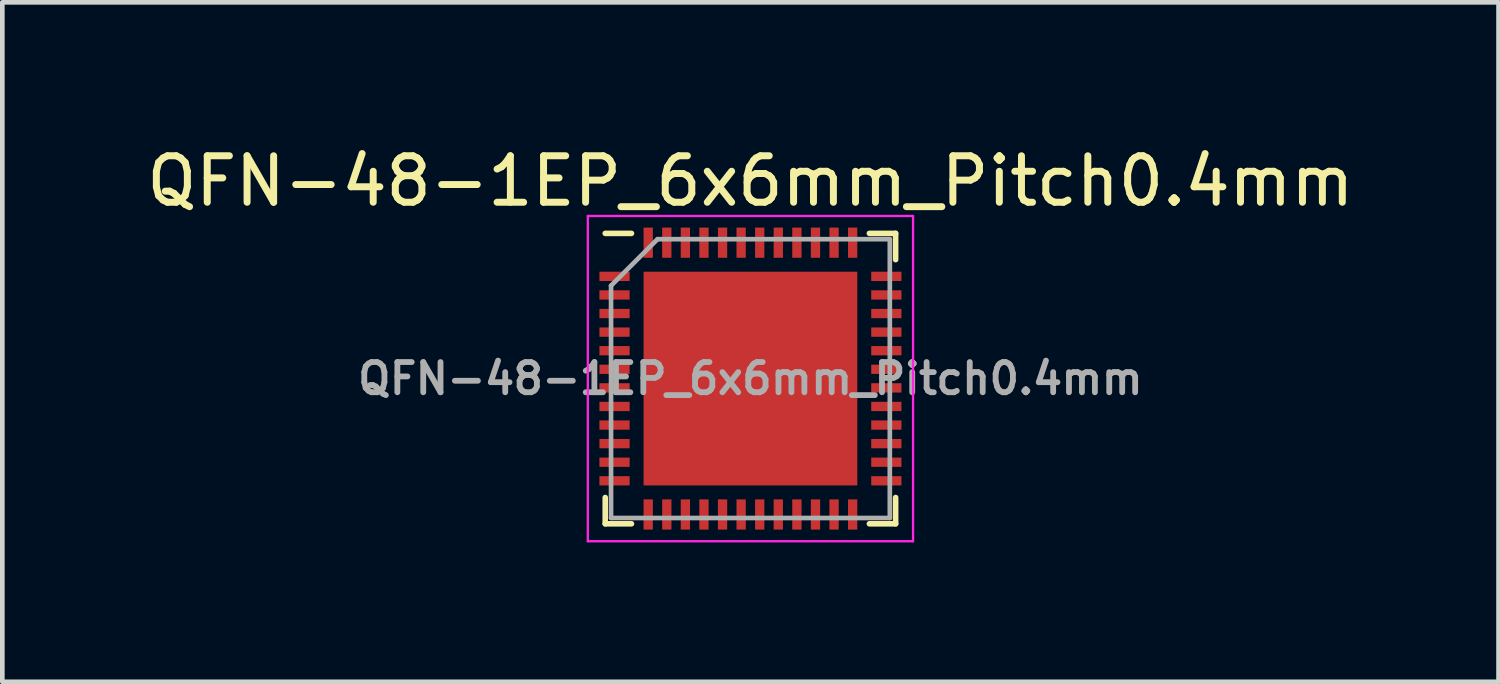
<source format=kicad_pcb>
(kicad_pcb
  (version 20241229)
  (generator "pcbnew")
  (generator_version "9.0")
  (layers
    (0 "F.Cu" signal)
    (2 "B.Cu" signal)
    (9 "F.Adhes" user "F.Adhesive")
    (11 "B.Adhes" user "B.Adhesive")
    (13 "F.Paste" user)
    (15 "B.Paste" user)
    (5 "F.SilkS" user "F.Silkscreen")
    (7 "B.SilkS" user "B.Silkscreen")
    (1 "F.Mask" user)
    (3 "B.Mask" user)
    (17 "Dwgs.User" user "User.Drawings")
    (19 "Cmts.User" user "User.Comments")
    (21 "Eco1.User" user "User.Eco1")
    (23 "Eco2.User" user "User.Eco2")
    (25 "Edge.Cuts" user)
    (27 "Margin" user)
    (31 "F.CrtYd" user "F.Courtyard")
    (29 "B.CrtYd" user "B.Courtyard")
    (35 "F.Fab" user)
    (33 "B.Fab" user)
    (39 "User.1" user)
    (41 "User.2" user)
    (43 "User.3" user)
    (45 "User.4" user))
  (footprint "QFN-48-1EP_6x6mm_Pitch0.4mm"
    (layer "F.Cu")
    (at 13.101 5.098)
    (property "Reference" "QFN-48-1EP_6x6mm_Pitch0.4mm" (at 0 -4.25 0) (layer "F.SilkS") (effects (font (size 1 1) (thickness 0.15))))
    (attr smd)
    (fp_line (start -3.125 -3.125) (end -2.56 -3.125) (stroke (width 0.12) (type solid)) (layer "F.SilkS"))
    (fp_line (start -3.125 3.125) (end -3.125 2.56) (stroke (width 0.12) (type solid)) (layer "F.SilkS"))
    (fp_line (start -2.56 3.125) (end -3.125 3.125) (stroke (width 0.12) (type solid)) (layer "F.SilkS"))
    (fp_line (start 2.56 -3.125) (end 3.125 -3.125) (stroke (width 0.12) (type solid)) (layer "F.SilkS"))
    (fp_line (start 2.56 3.125) (end 3.125 3.125) (stroke (width 0.12) (type solid)) (layer "F.SilkS"))
    (fp_line (start 3.125 -3.125) (end 3.125 -2.56) (stroke (width 0.12) (type solid)) (layer "F.SilkS"))
    (fp_line (start 3.125 3.125) (end 3.125 2.56) (stroke (width 0.12) (type solid)) (layer "F.SilkS"))
    (fp_line (start -3.5 -3.5) (end -3.5 3.5) (stroke (width 0.05) (type solid)) (layer "F.CrtYd"))
    (fp_line (start -3.5 3.5) (end 3.5 3.5) (stroke (width 0.05) (type solid)) (layer "F.CrtYd"))
    (fp_line (start 3.5 -3.5) (end -3.5 -3.5) (stroke (width 0.05) (type solid)) (layer "F.CrtYd"))
    (fp_line (start 3.5 3.5) (end 3.5 -3.5) (stroke (width 0.05) (type solid)) (layer "F.CrtYd"))
    (fp_line (start -3 -2) (end -2 -3) (stroke (width 0.1) (type solid)) (layer "F.Fab"))
    (fp_line (start -3 3) (end -3 -2) (stroke (width 0.1) (type solid)) (layer "F.Fab"))
    (fp_line (start -2 -3) (end 3 -3) (stroke (width 0.1) (type solid)) (layer "F.Fab"))
    (fp_line (start 3 -3) (end 3 3) (stroke (width 0.1) (type solid)) (layer "F.Fab"))
    (fp_line (start 3 3) (end -3 3) (stroke (width 0.1) (type solid)) (layer "F.Fab"))
    (fp_text user "${REFERENCE}" (at 0 0 0) (layer "F.Fab") (effects (font (size 0.65 0.65) (thickness 0.125))))
    (pad "1" smd rect (at -2.925 -2.2) (size 0.65 0.2) (layers "F.Cu" "F.Mask" "F.Paste"))
    (pad "2" smd rect (at -2.925 -1.8) (size 0.65 0.2) (layers "F.Cu" "F.Mask" "F.Paste"))
    (pad "3" smd rect (at -2.925 -1.4) (size 0.65 0.2) (layers "F.Cu" "F.Mask" "F.Paste"))
    (pad "4" smd rect (at -2.925 -1) (size 0.65 0.2) (layers "F.Cu" "F.Mask" "F.Paste"))
    (pad "5" smd rect (at -2.925 -0.6) (size 0.65 0.2) (layers "F.Cu" "F.Mask" "F.Paste"))
    (pad "6" smd rect (at -2.925 -0.2) (size 0.65 0.2) (layers "F.Cu" "F.Mask" "F.Paste"))
    (pad "7" smd rect (at -2.925 0.2) (size 0.65 0.2) (layers "F.Cu" "F.Mask" "F.Paste"))
    (pad "8" smd rect (at -2.925 0.6) (size 0.65 0.2) (layers "F.Cu" "F.Mask" "F.Paste"))
    (pad "9" smd rect (at -2.925 1) (size 0.65 0.2) (layers "F.Cu" "F.Mask" "F.Paste"))
    (pad "10" smd rect (at -2.925 1.4) (size 0.65 0.2) (layers "F.Cu" "F.Mask" "F.Paste"))
    (pad "11" smd rect (at -2.925 1.8) (size 0.65 0.2) (layers "F.Cu" "F.Mask" "F.Paste"))
    (pad "12" smd rect (at -2.925 2.2) (size 0.65 0.2) (layers "F.Cu" "F.Mask" "F.Paste"))
    (pad "13" smd rect (at -2.2 2.925 90) (size 0.65 0.2) (layers "F.Cu" "F.Mask" "F.Paste"))
    (pad "14" smd rect (at -1.8 2.925 90) (size 0.65 0.2) (layers "F.Cu" "F.Mask" "F.Paste"))
    (pad "15" smd rect (at -1.4 2.925 90) (size 0.65 0.2) (layers "F.Cu" "F.Mask" "F.Paste"))
    (pad "16" smd rect (at -1 2.925 90) (size 0.65 0.2) (layers "F.Cu" "F.Mask" "F.Paste"))
    (pad "17" smd rect (at -0.6 2.925 90) (size 0.65 0.2) (layers "F.Cu" "F.Mask" "F.Paste"))
    (pad "18" smd rect (at -0.2 2.925 90) (size 0.65 0.2) (layers "F.Cu" "F.Mask" "F.Paste"))
    (pad "19" smd rect (at 0.2 2.925 90) (size 0.65 0.2) (layers "F.Cu" "F.Mask" "F.Paste"))
    (pad "20" smd rect (at 0.6 2.925 90) (size 0.65 0.2) (layers "F.Cu" "F.Mask" "F.Paste"))
    (pad "21" smd rect (at 1 2.925 90) (size 0.65 0.2) (layers "F.Cu" "F.Mask" "F.Paste"))
    (pad "22" smd rect (at 1.4 2.925 90) (size 0.65 0.2) (layers "F.Cu" "F.Mask" "F.Paste"))
    (pad "23" smd rect (at 1.8 2.925 90) (size 0.65 0.2) (layers "F.Cu" "F.Mask" "F.Paste"))
    (pad "24" smd rect (at 2.2 2.925 90) (size 0.65 0.2) (layers "F.Cu" "F.Mask" "F.Paste"))
    (pad "25" smd rect (at 2.925 2.2) (size 0.65 0.2) (layers "F.Cu" "F.Mask" "F.Paste"))
    (pad "26" smd rect (at 2.925 1.8) (size 0.65 0.2) (layers "F.Cu" "F.Mask" "F.Paste"))
    (pad "27" smd rect (at 2.925 1.4) (size 0.65 0.2) (layers "F.Cu" "F.Mask" "F.Paste"))
    (pad "28" smd rect (at 2.925 1) (size 0.65 0.2) (layers "F.Cu" "F.Mask" "F.Paste"))
    (pad "29" smd rect (at 2.925 0.6) (size 0.65 0.2) (layers "F.Cu" "F.Mask" "F.Paste"))
    (pad "30" smd rect (at 2.925 0.2) (size 0.65 0.2) (layers "F.Cu" "F.Mask" "F.Paste"))
    (pad "31" smd rect (at 2.925 -0.2) (size 0.65 0.2) (layers "F.Cu" "F.Mask" "F.Paste"))
    (pad "32" smd rect (at 2.925 -0.6) (size 0.65 0.2) (layers "F.Cu" "F.Mask" "F.Paste"))
    (pad "33" smd rect (at 2.925 -1) (size 0.65 0.2) (layers "F.Cu" "F.Mask" "F.Paste"))
    (pad "34" smd rect (at 2.925 -1.4) (size 0.65 0.2) (layers "F.Cu" "F.Mask" "F.Paste"))
    (pad "35" smd rect (at 2.925 -1.8) (size 0.65 0.2) (layers "F.Cu" "F.Mask" "F.Paste"))
    (pad "36" smd rect (at 2.925 -2.2) (size 0.65 0.2) (layers "F.Cu" "F.Mask" "F.Paste"))
    (pad "37" smd rect (at 2.2 -2.925 90) (size 0.65 0.2) (layers "F.Cu" "F.Mask" "F.Paste"))
    (pad "38" smd rect (at 1.8 -2.925 90) (size 0.65 0.2) (layers "F.Cu" "F.Mask" "F.Paste"))
    (pad "39" smd rect (at 1.4 -2.925 90) (size 0.65 0.2) (layers "F.Cu" "F.Mask" "F.Paste"))
    (pad "40" smd rect (at 1 -2.925 90) (size 0.65 0.2) (layers "F.Cu" "F.Mask" "F.Paste"))
    (pad "41" smd rect (at 0.6 -2.925 90) (size 0.65 0.2) (layers "F.Cu" "F.Mask" "F.Paste"))
    (pad "42" smd rect (at 0.2 -2.925 90) (size 0.65 0.2) (layers "F.Cu" "F.Mask" "F.Paste"))
    (pad "43" smd rect (at -0.2 -2.925 90) (size 0.65 0.2) (layers "F.Cu" "F.Mask" "F.Paste"))
    (pad "44" smd rect (at -0.6 -2.925 90) (size 0.65 0.2) (layers "F.Cu" "F.Mask" "F.Paste"))
    (pad "45" smd rect (at -1 -2.925 90) (size 0.65 0.2) (layers "F.Cu" "F.Mask" "F.Paste"))
    (pad "46" smd rect (at -1.4 -2.925 90) (size 0.65 0.2) (layers "F.Cu" "F.Mask" "F.Paste"))
    (pad "47" smd rect (at -1.8 -2.925 90) (size 0.65 0.2) (layers "F.Cu" "F.Mask" "F.Paste"))
    (pad "48" smd rect (at -2.2 -2.925 90) (size 0.65 0.2) (layers "F.Cu" "F.Mask" "F.Paste"))
    (pad "49" smd rect (at 0 0) (size 4.6 4.6) (layers "F.Cu")))
  (gr_rect
    (start -3 -3)
    (end 29.202 11.623)
    (stroke (width 0.1) (type default))
    (fill no)
    (layer "Edge.Cuts")))
</source>
